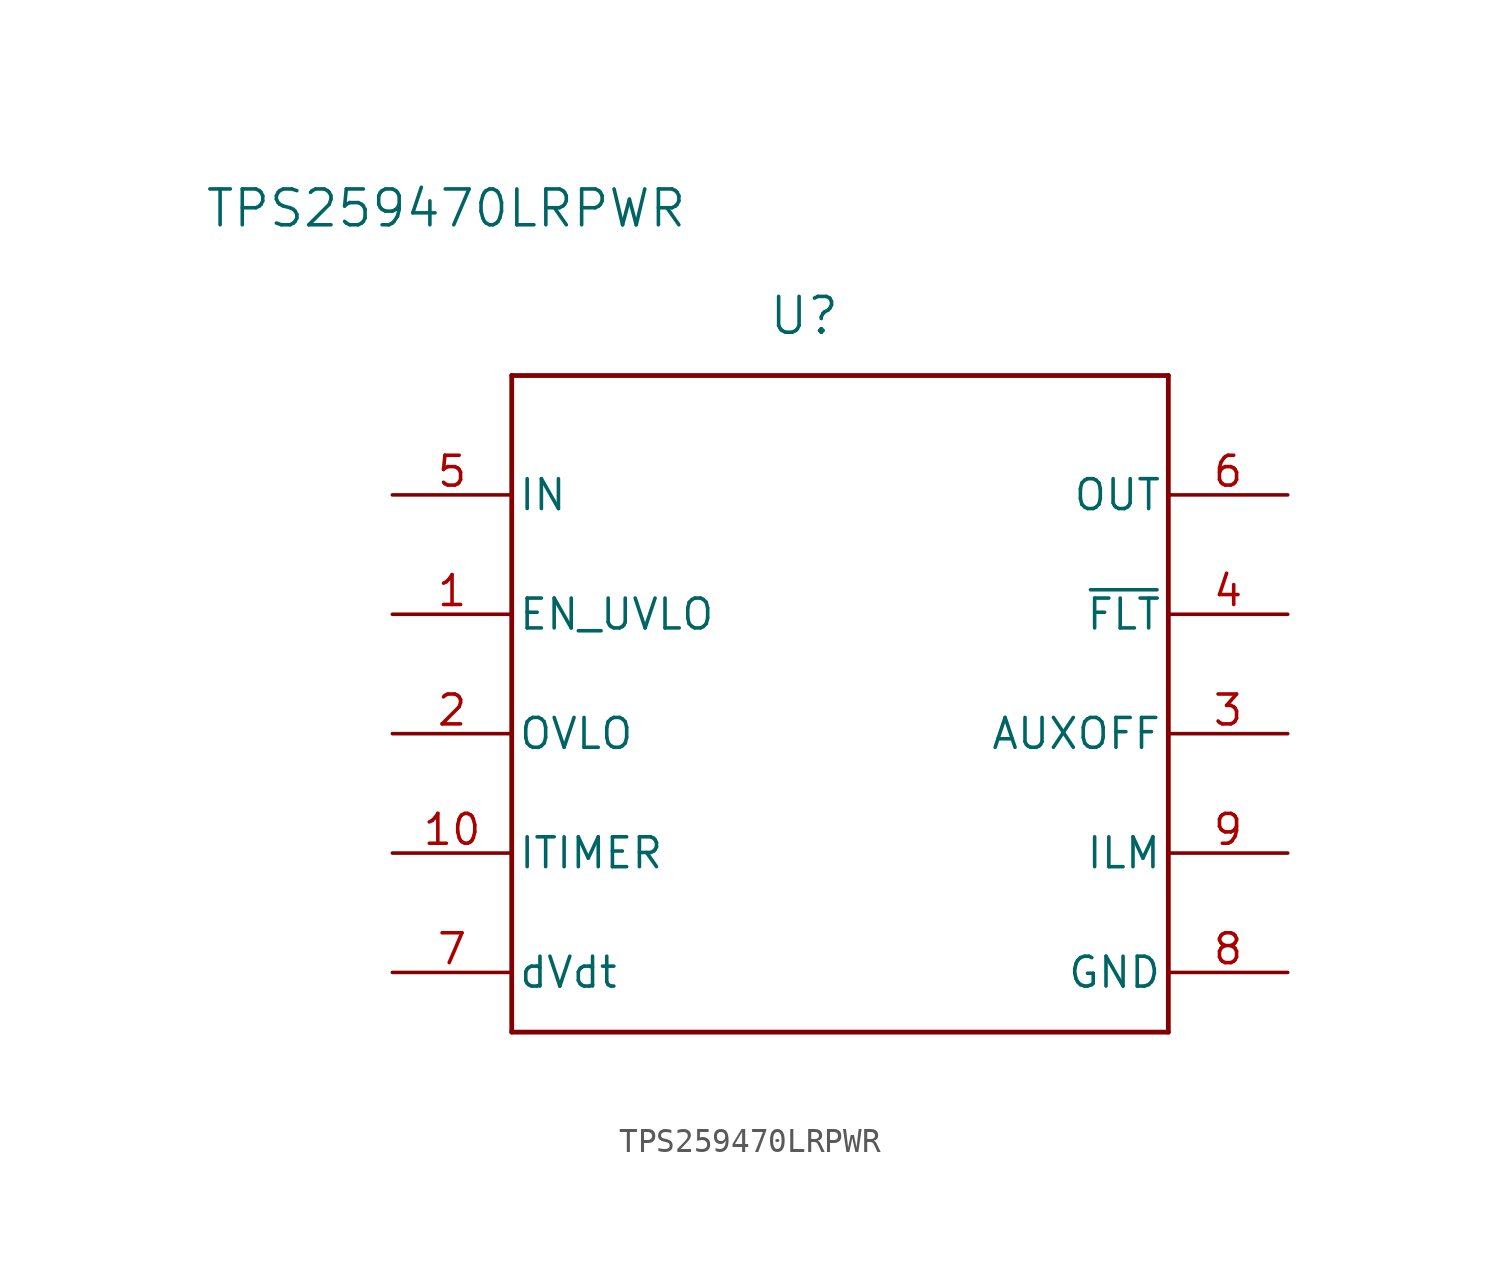
<source format=kicad_sym>
(kicad_symbol_lib
  (version 20231120)
  (generator "kicad_symbol_editor")
  (generator_version "8.0")
  (symbol "TPS259470LRPWR"
    (pin_names
      (offset 0.254))
    (property "Reference" "U"
      (at 17.526 7.62 0)
      (effects (font (size 1.524 1.524))))
    (property "Value" "TPS259470LRPWR"
      (at 2.286 12.192 0)
      (effects (font (size 1.524 1.524))))
    (property "ki_locked" ""
      (at 0 0 0)
      (effects (font (size 1.27 1.27))))
    (symbol "TPS259470LRPWR_0_1"
      (polyline (pts (xy 5.08 -22.86) (xy 33.02 -22.86)) (stroke (width 0.203) (type default)) (fill (type none)))
      (polyline (pts (xy 5.08 5.08) (xy 5.08 -22.86)) (stroke (width 0.203) (type default)) (fill (type none)))
      (polyline (pts (xy 33.02 -22.86) (xy 33.02 5.08)) (stroke (width 0.203) (type default)) (fill (type none)))
      (polyline (pts (xy 33.02 5.08) (xy 5.08 5.08)) (stroke (width 0.203) (type default)) (fill (type none)))
      (pin input line (at 0 -5.08 0) (length 5.08) (name "EN_UVLO" (effects (font (size 1.27 1.27)))) (number "1" (effects (font (size 1.27 1.27)))))
      (pin output line (at 0 -15.24 0) (length 5.08) (name "ITIMER" (effects (font (size 1.27 1.27)))) (number "10" (effects (font (size 1.27 1.27)))))
      (pin power_in line (at 0 0 0) (length 5.08) (name "IN" (effects (font (size 1.27 1.27)))) (number "5" (effects (font (size 1.27 1.27)))))
      (pin power_in line (at 38.1 0 180) (length 5.08) (name "OUT" (effects (font (size 1.27 1.27)))) (number "6" (effects (font (size 1.27 1.27)))))
      (pin output line (at 0 -20.32 0) (length 5.08) (name "dVdt" (effects (font (size 1.27 1.27)))) (number "7" (effects (font (size 1.27 1.27)))))
      (pin power_in line (at 38.1 -20.32 180) (length 5.08) (name "GND" (effects (font (size 1.27 1.27)))) (number "8" (effects (font (size 1.27 1.27)))))
      (pin output line (at 38.1 -15.24 180) (length 5.08) (name "ILM" (effects (font (size 1.27 1.27)))) (number "9" (effects (font (size 1.27 1.27))))))
    (symbol "TPS259470LRPWR_1_1"
      (pin input line (at 0 -10.16 0) (length 5.08) (name "OVLO" (effects (font (size 1.27 1.27)))) (number "2" (effects (font (size 1.27 1.27)))))
      (pin output line (at 38.1 -10.16 180) (length 5.08) (name "AUXOFF" (effects (font (size 1.27 1.27)))) (number "3" (effects (font (size 1.27 1.27)))))
      (pin input line (at 38.1 -5.08 180) (length 5.08) (name "~{FLT}" (effects (font (size 1.27 1.27)))) (number "4" (effects (font (size 1.27 1.27))))))))
</source>
